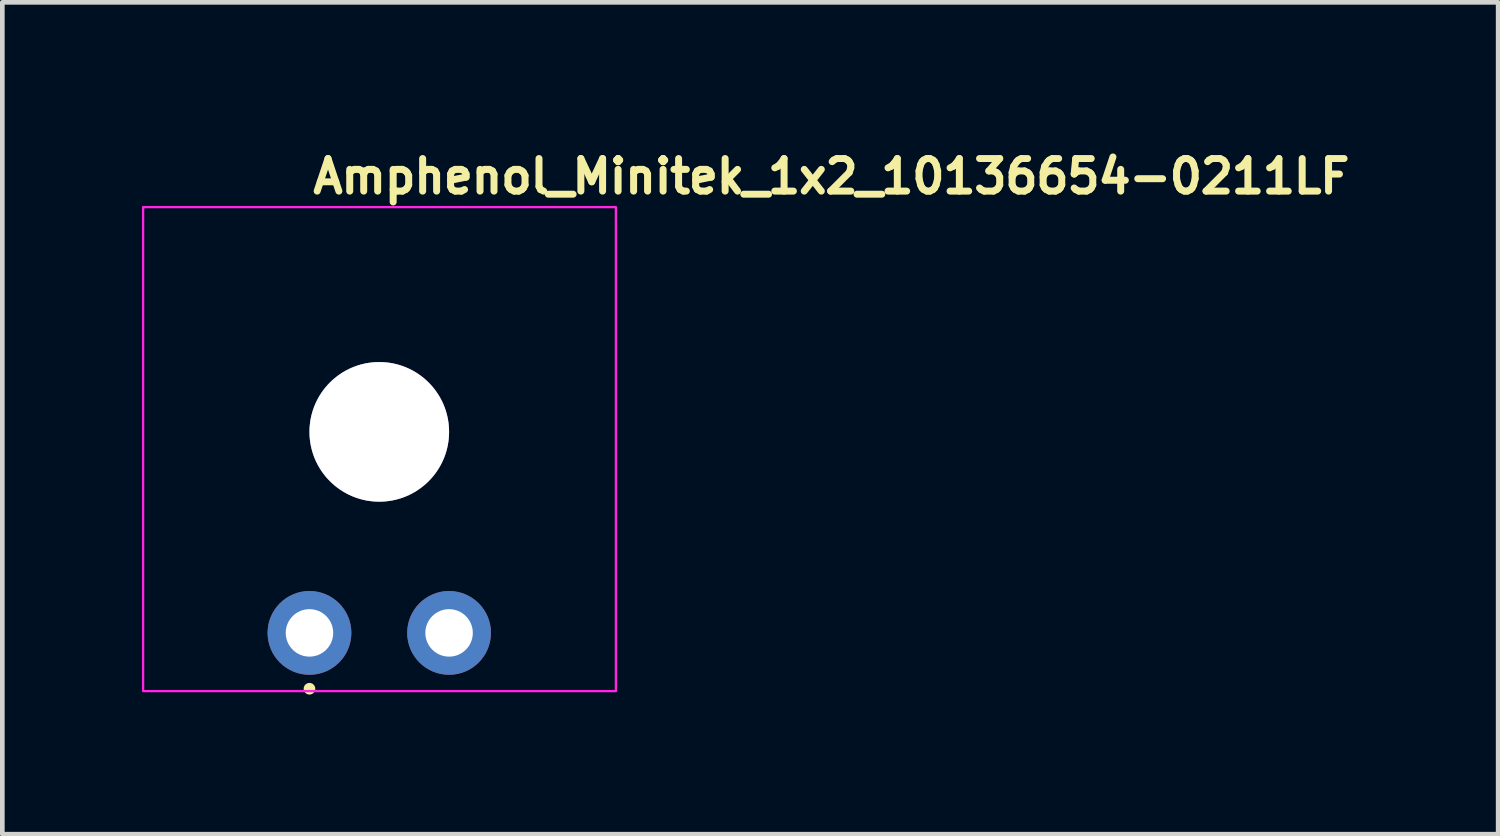
<source format=kicad_pcb>
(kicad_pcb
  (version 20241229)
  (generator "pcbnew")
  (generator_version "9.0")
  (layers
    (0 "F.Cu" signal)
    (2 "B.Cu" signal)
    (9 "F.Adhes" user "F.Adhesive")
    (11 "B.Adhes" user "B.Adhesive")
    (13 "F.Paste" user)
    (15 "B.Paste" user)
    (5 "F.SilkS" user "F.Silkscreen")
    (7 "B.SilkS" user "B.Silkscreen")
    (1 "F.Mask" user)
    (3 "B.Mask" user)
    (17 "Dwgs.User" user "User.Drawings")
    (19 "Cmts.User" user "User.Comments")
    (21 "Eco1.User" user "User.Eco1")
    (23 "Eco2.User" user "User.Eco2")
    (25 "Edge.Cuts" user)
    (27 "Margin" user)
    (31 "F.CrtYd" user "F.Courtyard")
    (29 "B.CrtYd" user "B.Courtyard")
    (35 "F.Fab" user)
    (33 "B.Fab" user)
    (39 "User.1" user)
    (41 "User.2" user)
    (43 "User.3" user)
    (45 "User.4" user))
  (footprint "Amphenol_Minitek_1x2_10136654-0211LF"
    (layer "F.Cu")
    (at 3.6 10.55)
    (property "Reference" "Amphenol_Minitek_1x2_10136654-0211LF" (at 0 -9.4 0) (layer "F.SilkS") (effects (font (size 0.7 0.7) (thickness 0.15)) (justify left bottom)))
    (attr through_hole)
    (fp_circle (center 0 1.2) (end -0.05 1.2) (stroke (width 0.15) (type solid)) (fill yes) (layer "F.SilkS"))
    (fp_rect (start 6.585 1.25) (end -3.575 -9.15) (stroke (width 0.05) (type solid)) (fill no) (layer "F.CrtYd"))
    (fp_rect (start 6.326 1) (end -3.325 -8.9) (stroke (width 0.1) (type solid)) (fill no) (layer "User.5"))
    (fp_line (start -3.325 -7.53) (end -3.325 -0.9) (stroke (width 0.02) (type solid)) (layer "User.9"))
    (fp_line (start -3.325 -0.9) (end -2.375 -0.9) (stroke (width 0.02) (type solid)) (layer "User.9"))
    (fp_line (start -3.325 1) (end -3.325 -0.9) (stroke (width 0.02) (type solid)) (layer "User.9"))
    (fp_line (start -2.375 -8.48) (end -3.325 -7.53) (stroke (width 0.02) (type solid)) (layer "User.9"))
    (fp_line (start -2.375 -0.9) (end -2.375 -8.48) (stroke (width 0.02) (type solid)) (layer "User.9"))
    (fp_line (start -2.375 -0.9) (end -2.375 1) (stroke (width 0.02) (type solid)) (layer "User.9"))
    (fp_line (start -2.375 -0.9) (end 0 -0.9) (stroke (width 0.02) (type solid)) (layer "User.9"))
    (fp_line (start -2.375 1) (end -3.325 1) (stroke (width 0.02) (type solid)) (layer "User.9"))
    (fp_line (start -1.955 -8.9) (end -2.375 -8.48) (stroke (width 0.02) (type solid)) (layer "User.9"))
    (fp_line (start -1.955 -8.9) (end 4.955 -8.9) (stroke (width 0.02) (type solid)) (layer "User.9"))
    (fp_line (start -0.35 -0.32) (end 0.351 -0.32) (stroke (width 0.02) (type solid)) (layer "User.9"))
    (fp_line (start -0.35 0.25) (end -0.319 0.25) (stroke (width 0.02) (type solid)) (layer "User.9"))
    (fp_line (start -0.35 1) (end -2.375 1) (stroke (width 0.02) (type solid)) (layer "User.9"))
    (fp_line (start -0.35 1) (end -0.35 -0.32) (stroke (width 0.02) (type solid)) (layer "User.9"))
    (fp_line (start -0.319 -0.3) (end -0.175 -0.15) (stroke (width 0.02) (type solid)) (layer "User.9"))
    (fp_line (start -0.319 0.34) (end -0.319 -0.3) (stroke (width 0.02) (type solid)) (layer "User.9"))
    (fp_line (start -0.319 0.34) (end 0.32 0.34) (stroke (width 0.02) (type solid)) (layer "User.9"))
    (fp_line (start -0.175 -0.15) (end 0.175 -0.15) (stroke (width 0.02) (type solid)) (layer "User.9"))
    (fp_line (start -0.175 0.19) (end -0.319 0.34) (stroke (width 0.02) (type solid)) (layer "User.9"))
    (fp_line (start -0.175 0.19) (end -0.175 -0.15) (stroke (width 0.02) (type solid)) (layer "User.9"))
    (fp_line (start -0.09 -4.3) (end -0.088 -4.233) (stroke (width 0.02) (type solid)) (layer "User.9"))
    (fp_line (start -0.088 -4.366) (end -0.09 -4.3) (stroke (width 0.02) (type solid)) (layer "User.9"))
    (fp_line (start -0.088 -4.233) (end -0.085 -4.166) (stroke (width 0.02) (type solid)) (layer "User.9"))
    (fp_line (start -0.085 -4.433) (end -0.088 -4.366) (stroke (width 0.02) (type solid)) (layer "User.9"))
    (fp_line (start -0.085 -4.166) (end -0.078 -4.1) (stroke (width 0.02) (type solid)) (layer "User.9"))
    (fp_line (start -0.078 -4.499) (end -0.085 -4.433) (stroke (width 0.02) (type solid)) (layer "User.9"))
    (fp_line (start -0.078 -4.1) (end -0.07 -4.035) (stroke (width 0.02) (type solid)) (layer "User.9"))
    (fp_line (start -0.07 -4.565) (end -0.078 -4.499) (stroke (width 0.02) (type solid)) (layer "User.9"))
    (fp_line (start -0.07 -4.035) (end -0.059 -3.969) (stroke (width 0.02) (type solid)) (layer "User.9"))
    (fp_line (start -0.059 -4.63) (end -0.07 -4.565) (stroke (width 0.02) (type solid)) (layer "User.9"))
    (fp_line (start -0.059 -3.969) (end -0.045 -3.904) (stroke (width 0.02) (type solid)) (layer "User.9"))
    (fp_line (start -0.045 -4.695) (end -0.059 -4.63) (stroke (width 0.02) (type solid)) (layer "User.9"))
    (fp_line (start -0.045 -3.904) (end -0.03 -3.84) (stroke (width 0.02) (type solid)) (layer "User.9"))
    (fp_line (start -0.03 -4.759) (end -0.045 -4.695) (stroke (width 0.02) (type solid)) (layer "User.9"))
    (fp_line (start -0.03 -3.84) (end -0.011 -3.777) (stroke (width 0.02) (type solid)) (layer "User.9"))
    (fp_line (start -0.011 -4.822) (end -0.03 -4.759) (stroke (width 0.02) (type solid)) (layer "User.9"))
    (fp_line (start -0.011 -3.777) (end 0.009 -3.714) (stroke (width 0.02) (type solid)) (layer "User.9"))
    (fp_line (start 0 -7.4) (end 1.101 -7.4) (stroke (width 0.02) (type solid)) (layer "User.9"))
    (fp_line (start 0 -4.86) (end 0 -7.4) (stroke (width 0.02) (type solid)) (layer "User.9"))
    (fp_line (start 0 -0.9) (end 0 -3.739) (stroke (width 0.02) (type solid)) (layer "User.9"))
    (fp_line (start 0.009 -4.885) (end -0.011 -4.822) (stroke (width 0.02) (type solid)) (layer "User.9"))
    (fp_line (start 0.009 -3.714) (end 0.032 -3.652) (stroke (width 0.02) (type solid)) (layer "User.9"))
    (fp_line (start 0.032 -4.947) (end 0.009 -4.885) (stroke (width 0.02) (type solid)) (layer "User.9"))
    (fp_line (start 0.032 -3.652) (end 0.057 -3.591) (stroke (width 0.02) (type solid)) (layer "User.9"))
    (fp_line (start 0.057 -5.008) (end 0.032 -4.947) (stroke (width 0.02) (type solid)) (layer "User.9"))
    (fp_line (start 0.057 -3.591) (end 0.084 -3.53) (stroke (width 0.02) (type solid)) (layer "User.9"))
    (fp_line (start 0.084 -5.069) (end 0.057 -5.008) (stroke (width 0.02) (type solid)) (layer "User.9"))
    (fp_line (start 0.084 -3.53) (end 0.114 -3.471) (stroke (width 0.02) (type solid)) (layer "User.9"))
    (fp_line (start 0.114 -5.128) (end 0.084 -5.069) (stroke (width 0.02) (type solid)) (layer "User.9"))
    (fp_line (start 0.114 -3.471) (end 0.146 -3.413) (stroke (width 0.02) (type solid)) (layer "User.9"))
    (fp_line (start 0.146 -5.186) (end 0.114 -5.128) (stroke (width 0.02) (type solid)) (layer "User.9"))
    (fp_line (start 0.146 -3.413) (end 0.18 -3.356) (stroke (width 0.02) (type solid)) (layer "User.9"))
    (fp_line (start 0.175 -0.15) (end 0.32 -0.3) (stroke (width 0.02) (type solid)) (layer "User.9"))
    (fp_line (start 0.175 0.19) (end -0.175 0.19) (stroke (width 0.02) (type solid)) (layer "User.9"))
    (fp_line (start 0.175 0.19) (end 0.175 -0.15) (stroke (width 0.02) (type solid)) (layer "User.9"))
    (fp_line (start 0.18 -5.243) (end 0.146 -5.186) (stroke (width 0.02) (type solid)) (layer "User.9"))
    (fp_line (start 0.18 -3.356) (end 0.216 -3.3) (stroke (width 0.02) (type solid)) (layer "User.9"))
    (fp_line (start 0.216 -5.3) (end 0.18 -5.243) (stroke (width 0.02) (type solid)) (layer "User.9"))
    (fp_line (start 0.216 -5.3) (end 0.261 -5.216) (stroke (width 0.02) (type solid)) (layer "User.9"))
    (fp_line (start 0.216 -3.299) (end 1.101 -3.299) (stroke (width 0.02) (type solid)) (layer "User.9"))
    (fp_line (start 0.261 -5.216) (end 0.306 -5.135) (stroke (width 0.02) (type solid)) (layer "User.9"))
    (fp_line (start 0.261 -3.383) (end 0.216 -3.299) (stroke (width 0.02) (type solid)) (layer "User.9"))
    (fp_line (start 0.306 -5.135) (end 0.351 -5.057) (stroke (width 0.02) (type solid)) (layer "User.9"))
    (fp_line (start 0.306 -3.464) (end 0.261 -3.383) (stroke (width 0.02) (type solid)) (layer "User.9"))
    (fp_line (start 0.32 -0.3) (end -0.319 -0.3) (stroke (width 0.02) (type solid)) (layer "User.9"))
    (fp_line (start 0.32 0.25) (end 0.351 0.25) (stroke (width 0.02) (type solid)) (layer "User.9"))
    (fp_line (start 0.32 0.34) (end 0.175 0.19) (stroke (width 0.02) (type solid)) (layer "User.9"))
    (fp_line (start 0.32 0.34) (end 0.32 -0.3) (stroke (width 0.02) (type solid)) (layer "User.9"))
    (fp_line (start 0.351 -5.057) (end 0.396 -4.981) (stroke (width 0.02) (type solid)) (layer "User.9"))
    (fp_line (start 0.351 -0.32) (end 0.351 1) (stroke (width 0.02) (type solid)) (layer "User.9"))
    (fp_line (start 0.351 1) (end 2.65 1) (stroke (width 0.02) (type solid)) (layer "User.9"))
    (fp_line (start 0.352 -3.543) (end 0.306 -3.464) (stroke (width 0.02) (type solid)) (layer "User.9"))
    (fp_line (start 0.396 -4.981) (end 0.442 -4.907) (stroke (width 0.02) (type solid)) (layer "User.9"))
    (fp_line (start 0.397 -3.619) (end 0.352 -3.543) (stroke (width 0.02) (type solid)) (layer "User.9"))
    (fp_line (start 0.442 -4.907) (end 0.488 -4.835) (stroke (width 0.02) (type solid)) (layer "User.9"))
    (fp_line (start 0.443 -3.693) (end 0.397 -3.619) (stroke (width 0.02) (type solid)) (layer "User.9"))
    (fp_line (start 0.488 -4.835) (end 0.534 -4.766) (stroke (width 0.02) (type solid)) (layer "User.9"))
    (fp_line (start 0.488 -3.764) (end 0.443 -3.693) (stroke (width 0.02) (type solid)) (layer "User.9"))
    (fp_line (start 0.51 -4.3) (end 0.512 -4.249) (stroke (width 0.02) (type solid)) (layer "User.9"))
    (fp_line (start 0.512 -4.35) (end 0.51 -4.3) (stroke (width 0.02) (type solid)) (layer "User.9"))
    (fp_line (start 0.512 -4.249) (end 0.515 -4.198) (stroke (width 0.02) (type solid)) (layer "User.9"))
    (fp_line (start 0.515 -4.401) (end 0.512 -4.35) (stroke (width 0.02) (type solid)) (layer "User.9"))
    (fp_line (start 0.515 -4.198) (end 0.52 -4.148) (stroke (width 0.02) (type solid)) (layer "User.9"))
    (fp_line (start 0.52 -4.451) (end 0.515 -4.401) (stroke (width 0.02) (type solid)) (layer "User.9"))
    (fp_line (start 0.52 -4.148) (end 0.528 -4.097) (stroke (width 0.02) (type solid)) (layer "User.9"))
    (fp_line (start 0.528 -4.502) (end 0.52 -4.451) (stroke (width 0.02) (type solid)) (layer "User.9"))
    (fp_line (start 0.528 -4.097) (end 0.538 -4.046) (stroke (width 0.02) (type solid)) (layer "User.9"))
    (fp_line (start 0.534 -4.766) (end 0.58 -4.7) (stroke (width 0.02) (type solid)) (layer "User.9"))
    (fp_line (start 0.534 -3.833) (end 0.488 -3.764) (stroke (width 0.02) (type solid)) (layer "User.9"))
    (fp_line (start 0.538 -4.552) (end 0.528 -4.502) (stroke (width 0.02) (type solid)) (layer "User.9"))
    (fp_line (start 0.538 -4.046) (end 0.549 -3.998) (stroke (width 0.02) (type solid)) (layer "User.9"))
    (fp_line (start 0.549 -4.601) (end 0.538 -4.552) (stroke (width 0.02) (type solid)) (layer "User.9"))
    (fp_line (start 0.549 -3.998) (end 0.563 -3.948) (stroke (width 0.02) (type solid)) (layer "User.9"))
    (fp_line (start 0.563 -4.651) (end 0.549 -4.601) (stroke (width 0.02) (type solid)) (layer "User.9"))
    (fp_line (start 0.563 -3.948) (end 0.58 -3.9) (stroke (width 0.02) (type solid)) (layer "User.9"))
    (fp_line (start 0.58 -4.7) (end 0.563 -4.651) (stroke (width 0.02) (type solid)) (layer "User.9"))
    (fp_line (start 0.58 -3.9) (end 0.534 -3.833) (stroke (width 0.02) (type solid)) (layer "User.9"))
    (fp_line (start 1.101 -7.4) (end 1.101 -5.3) (stroke (width 0.02) (type solid)) (layer "User.9"))
    (fp_line (start 1.101 -5.3) (end 0.216 -5.3) (stroke (width 0.02) (type solid)) (layer "User.9"))
    (fp_line (start 1.101 -4.7) (end 0.58 -4.7) (stroke (width 0.02) (type solid)) (layer "User.9"))
    (fp_line (start 1.101 -4.7) (end 1.101 -5.3) (stroke (width 0.02) (type solid)) (layer "User.9"))
    (fp_line (start 1.101 -4.7) (end 1.101 -3.9) (stroke (width 0.02) (type solid)) (layer "User.9"))
    (fp_line (start 1.101 -3.9) (end 0.58 -3.9) (stroke (width 0.02) (type solid)) (layer "User.9"))
    (fp_line (start 1.101 -3.299) (end 1.101 -3.9) (stroke (width 0.02) (type solid)) (layer "User.9"))
    (fp_line (start 1.101 -3.299) (end 1.101 -0.9) (stroke (width 0.02) (type solid)) (layer "User.9"))
    (fp_line (start 1.101 -0.9) (end 0 -0.9) (stroke (width 0.02) (type solid)) (layer "User.9"))
    (fp_line (start 1.101 -0.9) (end 1.9 -0.9) (stroke (width 0.02) (type solid)) (layer "User.9"))
    (fp_line (start 1.9 -7.4) (end 3 -7.4) (stroke (width 0.02) (type solid)) (layer "User.9"))
    (fp_line (start 1.9 -5.3) (end 1.9 -7.4) (stroke (width 0.02) (type solid)) (layer "User.9"))
    (fp_line (start 1.9 -4.7) (end 1.9 -5.3) (stroke (width 0.02) (type solid)) (layer "User.9"))
    (fp_line (start 1.9 -4.7) (end 2.421 -4.7) (stroke (width 0.02) (type solid)) (layer "User.9"))
    (fp_line (start 1.9 -3.9) (end 1.9 -4.7) (stroke (width 0.02) (type solid)) (layer "User.9"))
    (fp_line (start 1.9 -3.9) (end 2.421 -3.9) (stroke (width 0.02) (type solid)) (layer "User.9"))
    (fp_line (start 1.9 -3.299) (end 1.9 -3.9) (stroke (width 0.02) (type solid)) (layer "User.9"))
    (fp_line (start 1.9 -3.299) (end 2.785 -3.299) (stroke (width 0.02) (type solid)) (layer "User.9"))
    (fp_line (start 1.9 -0.9) (end 1.9 -3.299) (stroke (width 0.02) (type solid)) (layer "User.9"))
    (fp_line (start 2.421 -3.9) (end 2.437 -3.948) (stroke (width 0.02) (type solid)) (layer "User.9"))
    (fp_line (start 2.421 -3.9) (end 2.467 -3.833) (stroke (width 0.02) (type solid)) (layer "User.9"))
    (fp_line (start 2.437 -4.651) (end 2.421 -4.7) (stroke (width 0.02) (type solid)) (layer "User.9"))
    (fp_line (start 2.437 -3.948) (end 2.452 -3.998) (stroke (width 0.02) (type solid)) (layer "User.9"))
    (fp_line (start 2.452 -4.601) (end 2.437 -4.651) (stroke (width 0.02) (type solid)) (layer "User.9"))
    (fp_line (start 2.452 -3.998) (end 2.463 -4.046) (stroke (width 0.02) (type solid)) (layer "User.9"))
    (fp_line (start 2.463 -4.552) (end 2.452 -4.601) (stroke (width 0.02) (type solid)) (layer "User.9"))
    (fp_line (start 2.463 -4.046) (end 2.473 -4.097) (stroke (width 0.02) (type solid)) (layer "User.9"))
    (fp_line (start 2.467 -4.766) (end 2.421 -4.7) (stroke (width 0.02) (type solid)) (layer "User.9"))
    (fp_line (start 2.467 -3.833) (end 2.513 -3.764) (stroke (width 0.02) (type solid)) (layer "User.9"))
    (fp_line (start 2.473 -4.502) (end 2.463 -4.552) (stroke (width 0.02) (type solid)) (layer "User.9"))
    (fp_line (start 2.473 -4.097) (end 2.481 -4.148) (stroke (width 0.02) (type solid)) (layer "User.9"))
    (fp_line (start 2.481 -4.451) (end 2.473 -4.502) (stroke (width 0.02) (type solid)) (layer "User.9"))
    (fp_line (start 2.481 -4.148) (end 2.486 -4.198) (stroke (width 0.02) (type solid)) (layer "User.9"))
    (fp_line (start 2.486 -4.401) (end 2.481 -4.451) (stroke (width 0.02) (type solid)) (layer "User.9"))
    (fp_line (start 2.486 -4.198) (end 2.489 -4.249) (stroke (width 0.02) (type solid)) (layer "User.9"))
    (fp_line (start 2.489 -4.35) (end 2.486 -4.401) (stroke (width 0.02) (type solid)) (layer "User.9"))
    (fp_line (start 2.489 -4.249) (end 2.491 -4.3) (stroke (width 0.02) (type solid)) (layer "User.9"))
    (fp_line (start 2.491 -4.3) (end 2.489 -4.35) (stroke (width 0.02) (type solid)) (layer "User.9"))
    (fp_line (start 2.513 -4.835) (end 2.467 -4.766) (stroke (width 0.02) (type solid)) (layer "User.9"))
    (fp_line (start 2.513 -3.764) (end 2.558 -3.693) (stroke (width 0.02) (type solid)) (layer "User.9"))
    (fp_line (start 2.558 -3.693) (end 2.604 -3.619) (stroke (width 0.02) (type solid)) (layer "User.9"))
    (fp_line (start 2.559 -4.907) (end 2.513 -4.835) (stroke (width 0.02) (type solid)) (layer "User.9"))
    (fp_line (start 2.604 -3.619) (end 2.649 -3.543) (stroke (width 0.02) (type solid)) (layer "User.9"))
    (fp_line (start 2.605 -4.981) (end 2.559 -4.907) (stroke (width 0.02) (type solid)) (layer "User.9"))
    (fp_line (start 2.649 -3.543) (end 2.695 -3.464) (stroke (width 0.02) (type solid)) (layer "User.9"))
    (fp_line (start 2.65 -5.057) (end 2.605 -4.981) (stroke (width 0.02) (type solid)) (layer "User.9"))
    (fp_line (start 2.65 -0.32) (end 2.65 1) (stroke (width 0.02) (type solid)) (layer "User.9"))
    (fp_line (start 2.65 -0.32) (end 3.35 -0.32) (stroke (width 0.02) (type solid)) (layer "User.9"))
    (fp_line (start 2.65 0.25) (end 2.681 0.25) (stroke (width 0.02) (type solid)) (layer "User.9"))
    (fp_line (start 2.681 -0.3) (end 2.825 -0.15) (stroke (width 0.02) (type solid)) (layer "User.9"))
    (fp_line (start 2.681 0.34) (end 2.681 -0.3) (stroke (width 0.02) (type solid)) (layer "User.9"))
    (fp_line (start 2.681 0.34) (end 3.32 0.34) (stroke (width 0.02) (type solid)) (layer "User.9"))
    (fp_line (start 2.695 -5.135) (end 2.65 -5.057) (stroke (width 0.02) (type solid)) (layer "User.9"))
    (fp_line (start 2.695 -3.464) (end 2.74 -3.383) (stroke (width 0.02) (type solid)) (layer "User.9"))
    (fp_line (start 2.74 -5.216) (end 2.695 -5.135) (stroke (width 0.02) (type solid)) (layer "User.9"))
    (fp_line (start 2.74 -3.383) (end 2.785 -3.299) (stroke (width 0.02) (type solid)) (layer "User.9"))
    (fp_line (start 2.785 -5.3) (end 1.9 -5.3) (stroke (width 0.02) (type solid)) (layer "User.9"))
    (fp_line (start 2.785 -5.3) (end 2.74 -5.216) (stroke (width 0.02) (type solid)) (layer "User.9"))
    (fp_line (start 2.785 -5.3) (end 2.857 -5.184) (stroke (width 0.02) (type solid)) (layer "User.9"))
    (fp_line (start 2.825 -0.15) (end 3.175 -0.15) (stroke (width 0.02) (type solid)) (layer "User.9"))
    (fp_line (start 2.825 0.19) (end 2.681 0.34) (stroke (width 0.02) (type solid)) (layer "User.9"))
    (fp_line (start 2.825 0.19) (end 2.825 -0.15) (stroke (width 0.02) (type solid)) (layer "User.9"))
    (fp_line (start 2.857 -5.184) (end 2.919 -5.065) (stroke (width 0.02) (type solid)) (layer "User.9"))
    (fp_line (start 2.857 -3.415) (end 2.785 -3.299) (stroke (width 0.02) (type solid)) (layer "User.9"))
    (fp_line (start 2.919 -5.065) (end 2.971 -4.942) (stroke (width 0.02) (type solid)) (layer "User.9"))
    (fp_line (start 2.919 -3.534) (end 2.857 -3.415) (stroke (width 0.02) (type solid)) (layer "User.9"))
    (fp_line (start 2.971 -4.942) (end 3.015 -4.817) (stroke (width 0.02) (type solid)) (layer "User.9"))
    (fp_line (start 2.971 -3.657) (end 2.919 -3.534) (stroke (width 0.02) (type solid)) (layer "User.9"))
    (fp_line (start 3 -7.4) (end 3 -4.86) (stroke (width 0.02) (type solid)) (layer "User.9"))
    (fp_line (start 3 -3.739) (end 3 -0.9) (stroke (width 0.02) (type solid)) (layer "User.9"))
    (fp_line (start 3 -0.9) (end 1.9 -0.9) (stroke (width 0.02) (type solid)) (layer "User.9"))
    (fp_line (start 3.015 -4.817) (end 3.048 -4.69) (stroke (width 0.02) (type solid)) (layer "User.9"))
    (fp_line (start 3.015 -3.782) (end 2.971 -3.657) (stroke (width 0.02) (type solid)) (layer "User.9"))
    (fp_line (start 3.048 -4.69) (end 3.071 -4.56) (stroke (width 0.02) (type solid)) (layer "User.9"))
    (fp_line (start 3.048 -3.909) (end 3.015 -3.782) (stroke (width 0.02) (type solid)) (layer "User.9"))
    (fp_line (start 3.071 -4.56) (end 3.086 -4.43) (stroke (width 0.02) (type solid)) (layer "User.9"))
    (fp_line (start 3.071 -4.038) (end 3.048 -3.909) (stroke (width 0.02) (type solid)) (layer "User.9"))
    (fp_line (start 3.086 -4.43) (end 3.09 -4.3) (stroke (width 0.02) (type solid)) (layer "User.9"))
    (fp_line (start 3.086 -4.169) (end 3.071 -4.038) (stroke (width 0.02) (type solid)) (layer "User.9"))
    (fp_line (start 3.09 -4.3) (end 3.086 -4.169) (stroke (width 0.02) (type solid)) (layer "User.9"))
    (fp_line (start 3.175 -0.15) (end 3.32 -0.3) (stroke (width 0.02) (type solid)) (layer "User.9"))
    (fp_line (start 3.175 0.19) (end 2.825 0.19) (stroke (width 0.02) (type solid)) (layer "User.9"))
    (fp_line (start 3.175 0.19) (end 3.175 -0.15) (stroke (width 0.02) (type solid)) (layer "User.9"))
    (fp_line (start 3.32 -0.3) (end 2.681 -0.3) (stroke (width 0.02) (type solid)) (layer "User.9"))
    (fp_line (start 3.32 0.25) (end 3.35 0.25) (stroke (width 0.02) (type solid)) (layer "User.9"))
    (fp_line (start 3.32 0.34) (end 3.175 0.19) (stroke (width 0.02) (type solid)) (layer "User.9"))
    (fp_line (start 3.32 0.34) (end 3.32 -0.3) (stroke (width 0.02) (type solid)) (layer "User.9"))
    (fp_line (start 3.35 -0.32) (end 3.35 1) (stroke (width 0.02) (type solid)) (layer "User.9"))
    (fp_line (start 3.35 1) (end 5.375 1) (stroke (width 0.02) (type solid)) (layer "User.9"))
    (fp_line (start 5.375 -8.48) (end 4.955 -8.9) (stroke (width 0.02) (type solid)) (layer "User.9"))
    (fp_line (start 5.375 -8.48) (end 5.375 -0.9) (stroke (width 0.02) (type solid)) (layer "User.9"))
    (fp_line (start 5.375 -0.9) (end 3 -0.9) (stroke (width 0.02) (type solid)) (layer "User.9"))
    (fp_line (start 5.375 -0.9) (end 6.326 -0.9) (stroke (width 0.02) (type solid)) (layer "User.9"))
    (fp_line (start 5.375 1) (end 5.375 -0.9) (stroke (width 0.02) (type solid)) (layer "User.9"))
    (fp_line (start 5.375 1) (end 6.326 1) (stroke (width 0.02) (type solid)) (layer "User.9"))
    (fp_line (start 6.326 -7.53) (end 5.375 -8.48) (stroke (width 0.02) (type solid)) (layer "User.9"))
    (fp_line (start 6.326 -0.9) (end 6.326 -7.53) (stroke (width 0.02) (type solid)) (layer "User.9"))
    (fp_line (start 6.326 -0.9) (end 6.326 1) (stroke (width 0.02) (type solid)) (layer "User.9"))
    (pad "" thru_hole circle (at 1.5 -4.32 180) (size 3 3) (drill 3) (layers "*.Cu" "*.Mask"))
    (pad "1" thru_hole circle (at 0 0 180) (size 1.8 1.8) (drill 1.02) (layers "*.Cu" "*.Mask"))
    (pad "2" thru_hole circle (at 3 0 180) (size 1.8 1.8) (drill 1.02) (layers "*.Cu" "*.Mask")))
  (gr_rect
    (start -3 -3)
    (end 29.143 14.875)
    (stroke (width 0.1) (type default))
    (fill no)
    (layer "Edge.Cuts")))
</source>
